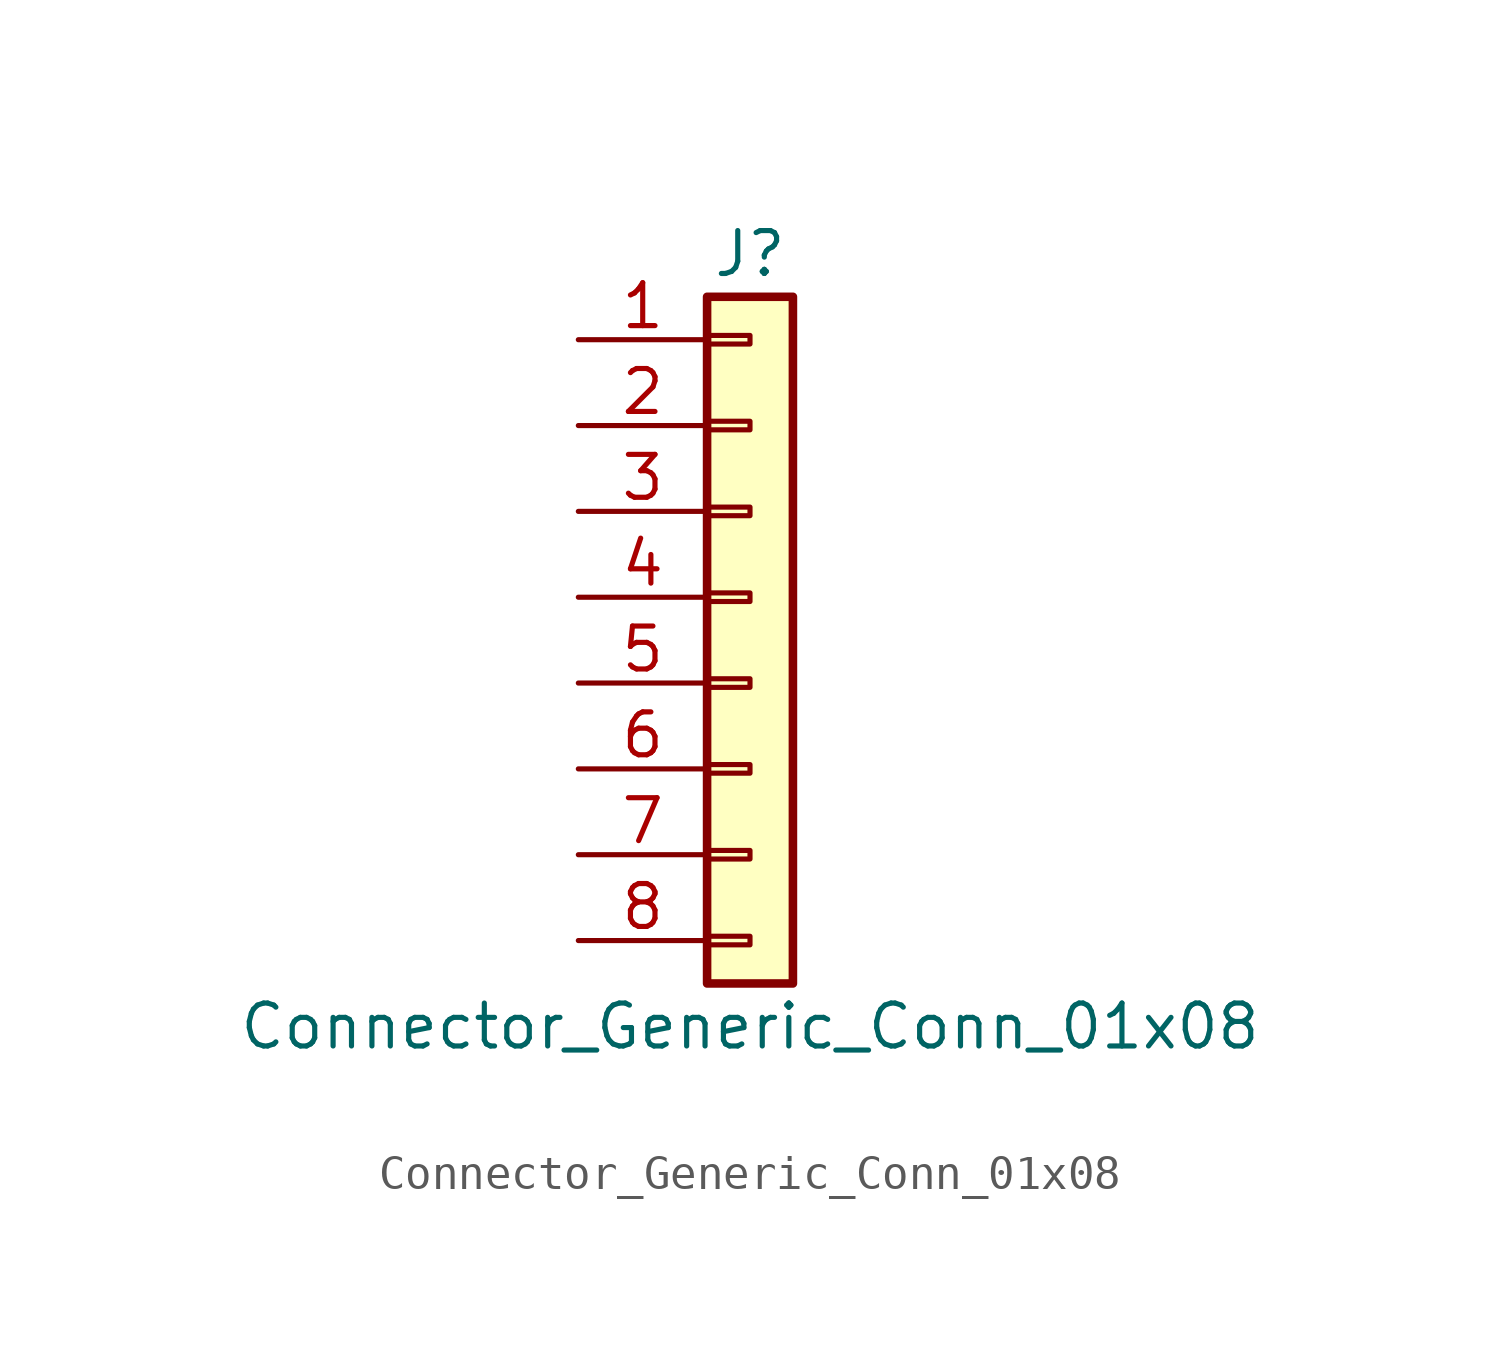
<source format=kicad_sym>
(kicad_symbol_lib
  (version 20220914)
  (generator kicad_symbol_editor)
  (symbol "Connector_Generic_Conn_01x08"
    (pin_names
      (offset 1.016) hide)
    (property "Reference" "J"
      (at 0 10.16 0)
      (effects (font (size 1.27 1.27))))
    (property "Value" "Connector_Generic_Conn_01x08"
      (at 0 -12.7 0)
      (effects (font (size 1.27 1.27))))
    (symbol "Connector_Generic_Conn_01x08_1_1"
      (rectangle (start -1.27 -10.033) (end 0 -10.287) (stroke (width 0.152) (type solid)) (fill (type none)))
      (rectangle (start -1.27 -7.493) (end 0 -7.747) (stroke (width 0.152) (type solid)) (fill (type none)))
      (rectangle (start -1.27 -4.953) (end 0 -5.207) (stroke (width 0.152) (type solid)) (fill (type none)))
      (rectangle (start -1.27 -2.413) (end 0 -2.667) (stroke (width 0.152) (type solid)) (fill (type none)))
      (rectangle (start -1.27 0.127) (end 0 -0.127) (stroke (width 0.152) (type solid)) (fill (type none)))
      (rectangle (start -1.27 2.667) (end 0 2.413) (stroke (width 0.152) (type solid)) (fill (type none)))
      (rectangle (start -1.27 5.207) (end 0 4.953) (stroke (width 0.152) (type solid)) (fill (type none)))
      (rectangle (start -1.27 7.747) (end 0 7.493) (stroke (width 0.152) (type solid)) (fill (type none)))
      (rectangle (start -1.27 8.89) (end 1.27 -11.43) (stroke (width 0.254) (type solid)) (fill (type background)))
      (pin passive line (at -5.08 7.62 0) (length 3.81) (name "Pin_1" (effects (font (size 1.27 1.27)))) (number "1" (effects (font (size 1.27 1.27)))))
      (pin passive line (at -5.08 5.08 0) (length 3.81) (name "Pin_2" (effects (font (size 1.27 1.27)))) (number "2" (effects (font (size 1.27 1.27)))))
      (pin passive line (at -5.08 2.54 0) (length 3.81) (name "Pin_3" (effects (font (size 1.27 1.27)))) (number "3" (effects (font (size 1.27 1.27)))))
      (pin passive line (at -5.08 0 0) (length 3.81) (name "Pin_4" (effects (font (size 1.27 1.27)))) (number "4" (effects (font (size 1.27 1.27)))))
      (pin passive line (at -5.08 -2.54 0) (length 3.81) (name "Pin_5" (effects (font (size 1.27 1.27)))) (number "5" (effects (font (size 1.27 1.27)))))
      (pin passive line (at -5.08 -5.08 0) (length 3.81) (name "Pin_6" (effects (font (size 1.27 1.27)))) (number "6" (effects (font (size 1.27 1.27)))))
      (pin passive line (at -5.08 -7.62 0) (length 3.81) (name "Pin_7" (effects (font (size 1.27 1.27)))) (number "7" (effects (font (size 1.27 1.27)))))
      (pin passive line (at -5.08 -10.16 0) (length 3.81) (name "Pin_8" (effects (font (size 1.27 1.27)))) (number "8" (effects (font (size 1.27 1.27))))))))
</source>
